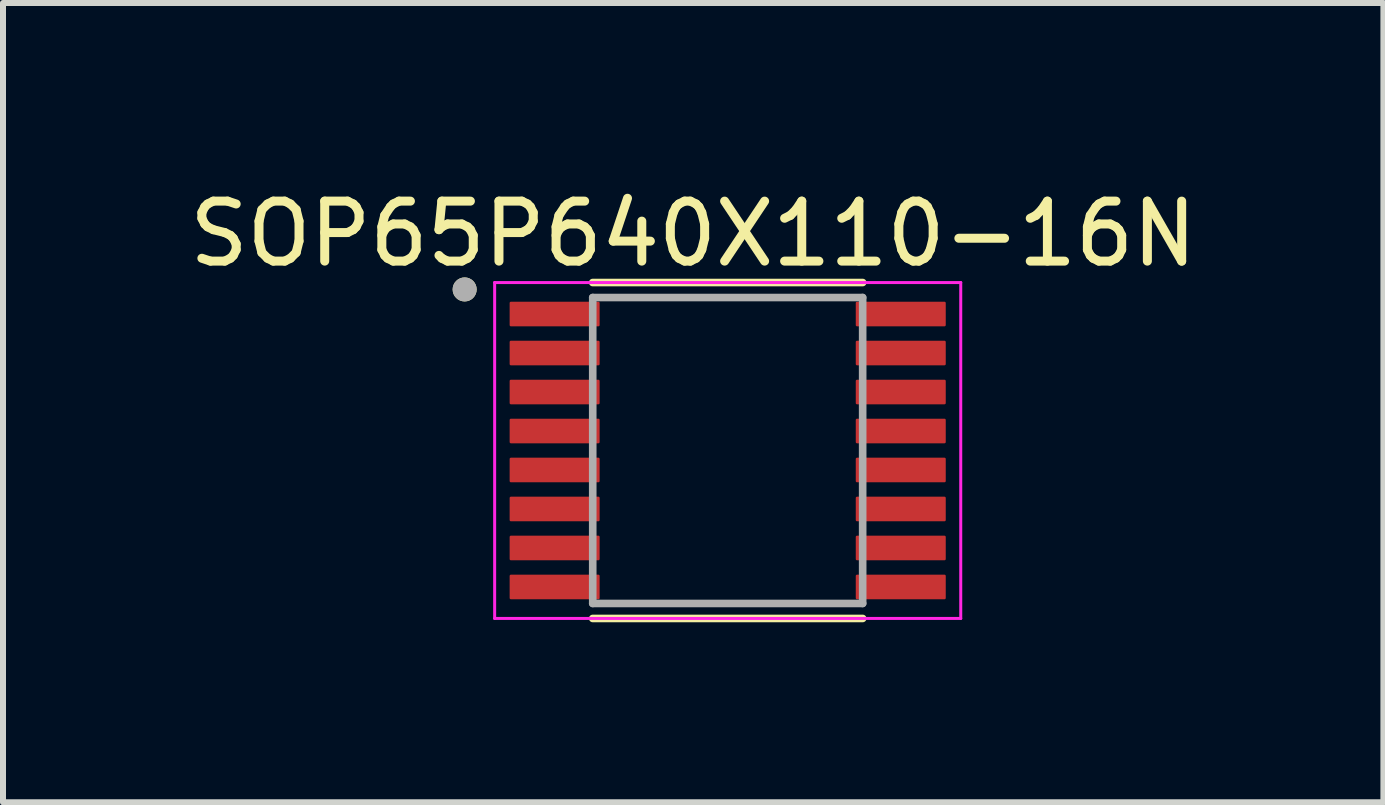
<source format=kicad_pcb>
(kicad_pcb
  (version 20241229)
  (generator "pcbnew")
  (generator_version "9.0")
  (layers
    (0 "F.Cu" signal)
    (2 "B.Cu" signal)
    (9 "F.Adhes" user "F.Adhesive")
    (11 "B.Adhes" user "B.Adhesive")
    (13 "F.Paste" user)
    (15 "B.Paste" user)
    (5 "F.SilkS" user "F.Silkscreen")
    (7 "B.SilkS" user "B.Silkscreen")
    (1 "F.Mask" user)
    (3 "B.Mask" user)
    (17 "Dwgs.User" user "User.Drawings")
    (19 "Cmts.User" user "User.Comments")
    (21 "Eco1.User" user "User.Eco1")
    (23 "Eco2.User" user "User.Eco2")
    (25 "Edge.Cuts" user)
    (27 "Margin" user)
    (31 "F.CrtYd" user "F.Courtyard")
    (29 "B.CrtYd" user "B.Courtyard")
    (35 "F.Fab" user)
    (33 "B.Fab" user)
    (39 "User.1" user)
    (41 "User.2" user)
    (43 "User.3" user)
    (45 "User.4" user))
  (footprint "SOP65P640X110-16N"
    (layer "F.Cu")
    (at 9.081 4.46)
    (property "Reference" "SOP65P640X110-16N" (at -0.575 -3.612 0) (layer "F.SilkS") (effects (font (size 1 1) (thickness 0.15))))
    (attr smd)
    (fp_line (start -2.25 -2.8) (end 2.25 -2.8) (stroke (width 0.127) (type solid)) (layer "F.SilkS"))
    (fp_line (start -2.25 2.8) (end 2.25 2.8) (stroke (width 0.127) (type solid)) (layer "F.SilkS"))
    (fp_circle (center -4.385 -2.685) (end -4.285 -2.685) (stroke (width 0.2) (type solid)) (fill no) (layer "F.SilkS"))
    (fp_line (start -3.885 -2.8) (end -3.885 2.8) (stroke (width 0.05) (type solid)) (layer "F.CrtYd"))
    (fp_line (start -3.885 -2.8) (end 3.885 -2.8) (stroke (width 0.05) (type solid)) (layer "F.CrtYd"))
    (fp_line (start -3.885 2.8) (end 3.885 2.8) (stroke (width 0.05) (type solid)) (layer "F.CrtYd"))
    (fp_line (start 3.885 -2.8) (end 3.885 2.8) (stroke (width 0.05) (type solid)) (layer "F.CrtYd"))
    (fp_line (start -2.25 -2.55) (end -2.25 2.55) (stroke (width 0.127) (type solid)) (layer "F.Fab"))
    (fp_line (start -2.25 -2.55) (end 2.25 -2.55) (stroke (width 0.127) (type solid)) (layer "F.Fab"))
    (fp_line (start -2.25 2.55) (end 2.25 2.55) (stroke (width 0.127) (type solid)) (layer "F.Fab"))
    (fp_line (start 2.25 -2.55) (end 2.25 2.55) (stroke (width 0.127) (type solid)) (layer "F.Fab"))
    (fp_circle (center -4.385 -2.685) (end -4.285 -2.685) (stroke (width 0.2) (type solid)) (fill no) (layer "F.Fab"))
    (pad "1" smd roundrect (at -2.885 -2.275) (size 1.5 0.41) (layers "F.Cu" "F.Mask" "F.Paste") (roundrect_rratio 0.05))
    (pad "2" smd roundrect (at -2.885 -1.625) (size 1.5 0.41) (layers "F.Cu" "F.Mask" "F.Paste") (roundrect_rratio 0.05))
    (pad "3" smd roundrect (at -2.885 -0.975) (size 1.5 0.41) (layers "F.Cu" "F.Mask" "F.Paste") (roundrect_rratio 0.05))
    (pad "4" smd roundrect (at -2.885 -0.325) (size 1.5 0.41) (layers "F.Cu" "F.Mask" "F.Paste") (roundrect_rratio 0.05))
    (pad "5" smd roundrect (at -2.885 0.325) (size 1.5 0.41) (layers "F.Cu" "F.Mask" "F.Paste") (roundrect_rratio 0.05))
    (pad "6" smd roundrect (at -2.885 0.975) (size 1.5 0.41) (layers "F.Cu" "F.Mask" "F.Paste") (roundrect_rratio 0.05))
    (pad "7" smd roundrect (at -2.885 1.625) (size 1.5 0.41) (layers "F.Cu" "F.Mask" "F.Paste") (roundrect_rratio 0.05))
    (pad "8" smd roundrect (at -2.885 2.275) (size 1.5 0.41) (layers "F.Cu" "F.Mask" "F.Paste") (roundrect_rratio 0.05))
    (pad "9" smd roundrect (at 2.885 2.275) (size 1.5 0.41) (layers "F.Cu" "F.Mask" "F.Paste") (roundrect_rratio 0.05))
    (pad "10" smd roundrect (at 2.885 1.625) (size 1.5 0.41) (layers "F.Cu" "F.Mask" "F.Paste") (roundrect_rratio 0.05))
    (pad "11" smd roundrect (at 2.885 0.975) (size 1.5 0.41) (layers "F.Cu" "F.Mask" "F.Paste") (roundrect_rratio 0.05))
    (pad "12" smd roundrect (at 2.885 0.325) (size 1.5 0.41) (layers "F.Cu" "F.Mask" "F.Paste") (roundrect_rratio 0.05))
    (pad "13" smd roundrect (at 2.885 -0.325) (size 1.5 0.41) (layers "F.Cu" "F.Mask" "F.Paste") (roundrect_rratio 0.05))
    (pad "14" smd roundrect (at 2.885 -0.975) (size 1.5 0.41) (layers "F.Cu" "F.Mask" "F.Paste") (roundrect_rratio 0.05))
    (pad "15" smd roundrect (at 2.885 -1.625) (size 1.5 0.41) (layers "F.Cu" "F.Mask" "F.Paste") (roundrect_rratio 0.05))
    (pad "16" smd roundrect (at 2.885 -2.275) (size 1.5 0.41) (layers "F.Cu" "F.Mask" "F.Paste") (roundrect_rratio 0.05)))
  (gr_rect
    (start -3 -3)
    (end 20.012 10.324)
    (stroke (width 0.1) (type default))
    (fill no)
    (layer "Edge.Cuts")))
</source>
